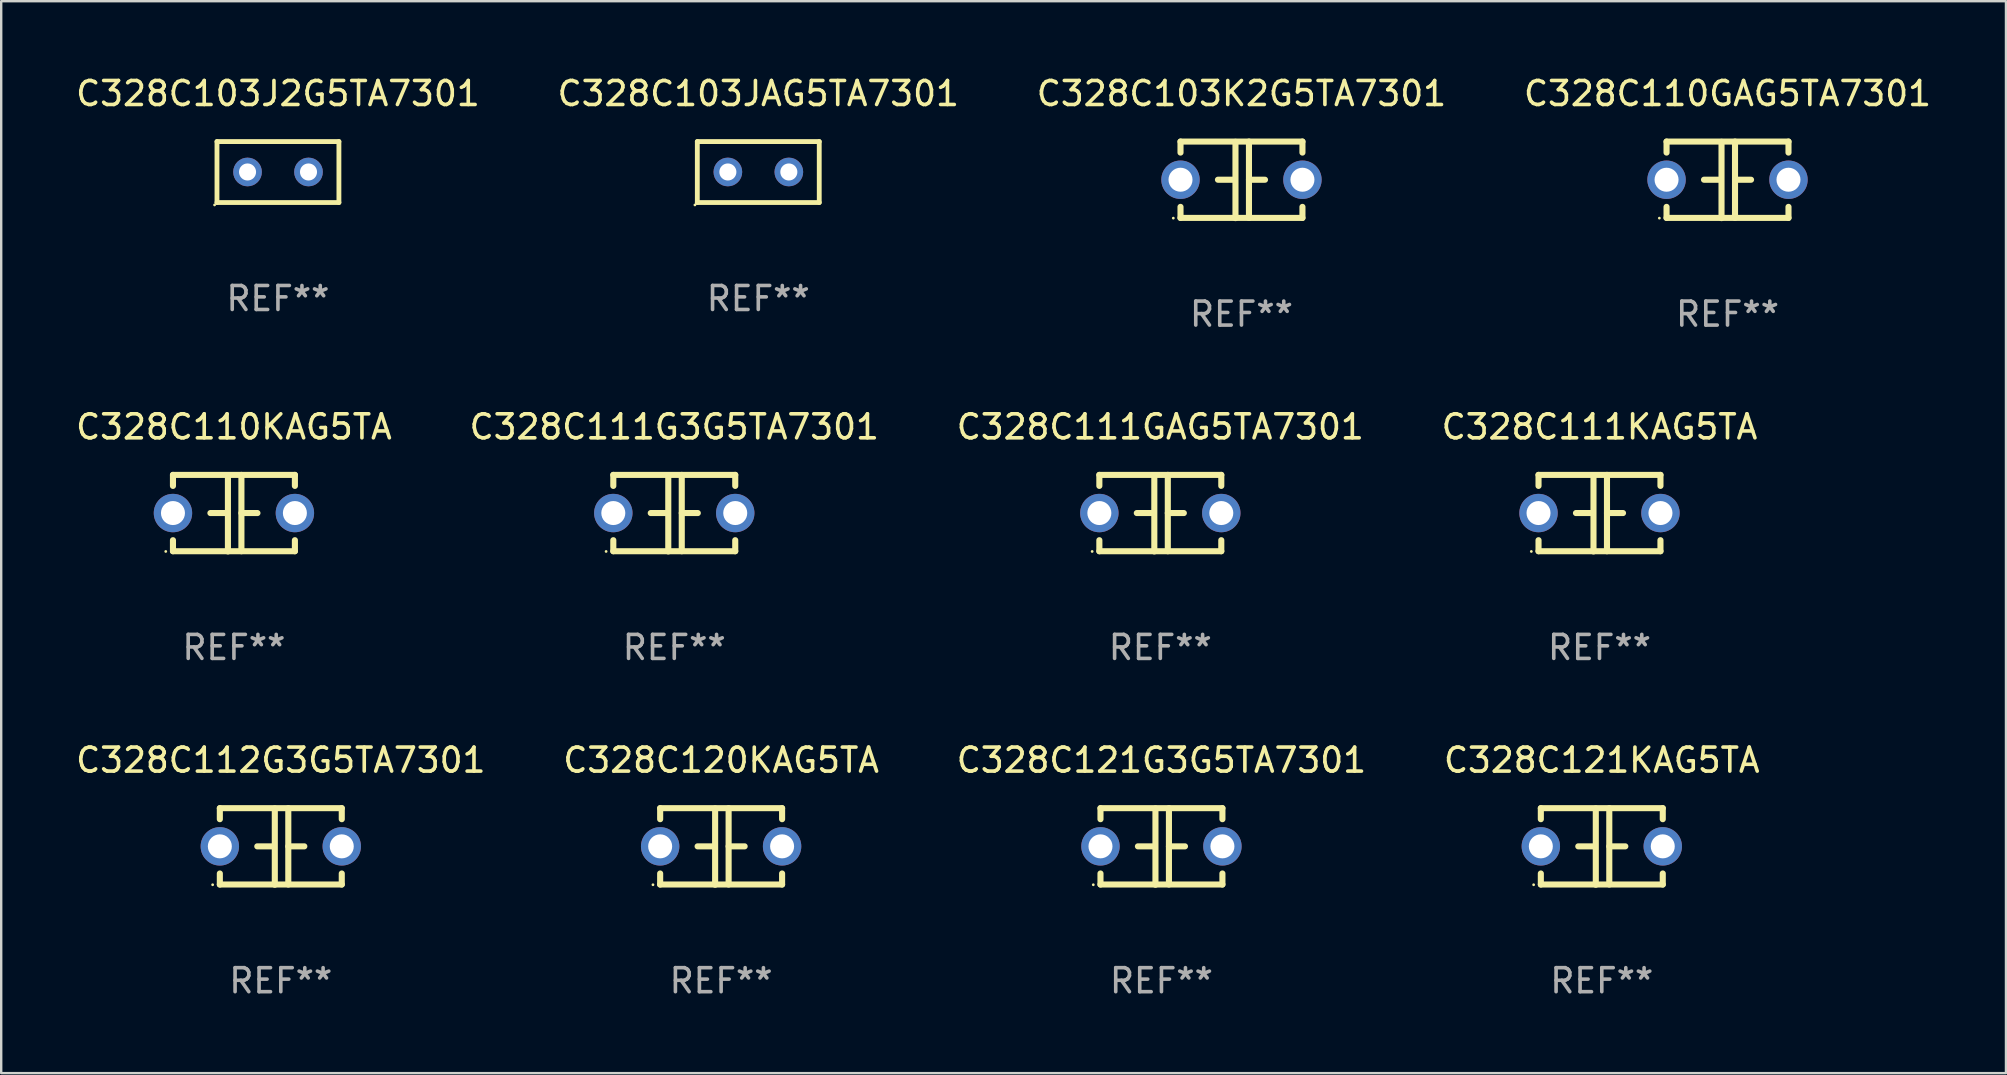
<source format=kicad_pcb>
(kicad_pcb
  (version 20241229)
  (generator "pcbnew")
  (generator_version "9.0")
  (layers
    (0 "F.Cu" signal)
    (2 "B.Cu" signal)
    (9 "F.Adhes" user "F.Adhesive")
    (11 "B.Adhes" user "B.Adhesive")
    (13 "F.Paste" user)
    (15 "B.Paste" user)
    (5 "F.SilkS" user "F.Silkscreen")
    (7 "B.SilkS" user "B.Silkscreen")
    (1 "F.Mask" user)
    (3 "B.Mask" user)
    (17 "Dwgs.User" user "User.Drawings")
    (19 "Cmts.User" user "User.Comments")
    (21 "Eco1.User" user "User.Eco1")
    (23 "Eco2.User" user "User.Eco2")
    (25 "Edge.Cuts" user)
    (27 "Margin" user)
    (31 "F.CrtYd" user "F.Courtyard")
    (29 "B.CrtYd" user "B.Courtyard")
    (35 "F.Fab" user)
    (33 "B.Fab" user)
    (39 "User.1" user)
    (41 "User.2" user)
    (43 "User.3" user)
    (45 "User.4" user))
  (footprint "C328C121KAG5TA"
    (layer "F.Cu")
    (at 63.685 32.216)
    (property "Reference" "C328C121KAG5TA" (at 0 -3.595 0) (layer "F.SilkS") (effects (font (size 1 1) (thickness 0.15))))
    (attr through_hole)
    (fp_line (start -2.54 -1.595) (end -2.54 -1.136) (stroke (width 0.254) (type solid)) (layer "F.SilkS"))
    (fp_line (start -2.54 -1.595) (end 2.54 -1.595) (stroke (width 0.254) (type solid)) (layer "F.SilkS"))
    (fp_line (start -2.54 1.126) (end -2.54 1.585) (stroke (width 0.254) (type solid)) (layer "F.SilkS"))
    (fp_line (start -0.312 -0.005) (end -0.98 -0.005) (stroke (width 0.254) (type solid)) (layer "F.SilkS"))
    (fp_line (start -0.25 -1.585) (end -0.25 1.595) (stroke (width 0.254) (type solid)) (layer "F.SilkS"))
    (fp_line (start 0.312 -1.595) (end 0.312 1.585) (stroke (width 0.254) (type solid)) (layer "F.SilkS"))
    (fp_line (start 0.312 -0.005) (end 0.98 -0.005) (stroke (width 0.254) (type solid)) (layer "F.SilkS"))
    (fp_line (start 2.54 -1.595) (end 2.54 -1.136) (stroke (width 0.254) (type solid)) (layer "F.SilkS"))
    (fp_line (start 2.54 1.126) (end 2.54 1.585) (stroke (width 0.254) (type solid)) (layer "F.SilkS"))
    (fp_line (start 2.54 1.585) (end -2.54 1.585) (stroke (width 0.254) (type solid)) (layer "F.SilkS"))
    (fp_circle (center -2.84 1.595) (end -2.81 1.595) (stroke (width 0.06) (type solid)) (fill no) (layer "F.SilkS"))
    (fp_text user "REF**" (at 0 5.595 0) (layer "F.Fab") (effects (font (size 1 1) (thickness 0.15))))
    (pad "1" thru_hole circle (at -2.54 -0.005) (size 1.6 1.6) (drill 1) (layers "*.Cu" "*.Mask"))
    (pad "2" thru_hole circle (at 2.54 -0.005) (size 1.6 1.6) (drill 1) (layers "*.Cu" "*.Mask")))
  (footprint "C328C103JAG5TA7301"
    (layer "F.Cu")
    (at 28.542 4.118)
    (property "Reference" "C328C103JAG5TA7301" (at 0 -3.27 0) (layer "F.SilkS") (effects (font (size 1 1) (thickness 0.15))))
    (attr through_hole)
    (fp_line (start -2.54 -1.27) (end -2.54 1.27) (stroke (width 0.201) (type solid)) (layer "F.SilkS"))
    (fp_line (start -2.54 1.27) (end 2.54 1.27) (stroke (width 0.201) (type solid)) (layer "F.SilkS"))
    (fp_line (start 2.54 -1.27) (end -2.54 -1.27) (stroke (width 0.201) (type solid)) (layer "F.SilkS"))
    (fp_line (start 2.54 1.27) (end 2.54 -1.27) (stroke (width 0.201) (type solid)) (layer "F.SilkS"))
    (fp_circle (center -2.64 1.37) (end -2.61 1.37) (stroke (width 0.06) (type solid)) (fill no) (layer "F.SilkS"))
    (fp_text user "REF**" (at 0 5.27 0) (layer "F.Fab") (effects (font (size 1 1) (thickness 0.15))))
    (pad "1" thru_hole circle (at -1.267 -0.003) (size 1.194 1.194) (drill 0.711) (layers "*.Cu" "*.Mask"))
    (pad "2" thru_hole circle (at 1.273 -0.003) (size 1.194 1.194) (drill 0.711) (layers "*.Cu" "*.Mask")))
  (footprint "C328C110GAG5TA7301"
    (layer "F.Cu")
    (at 68.923 4.443)
    (property "Reference" "C328C110GAG5TA7301" (at 0 -3.595 0) (layer "F.SilkS") (effects (font (size 1 1) (thickness 0.15))))
    (attr through_hole)
    (fp_line (start -2.54 -1.595) (end -2.54 -1.136) (stroke (width 0.254) (type solid)) (layer "F.SilkS"))
    (fp_line (start -2.54 -1.595) (end 2.54 -1.595) (stroke (width 0.254) (type solid)) (layer "F.SilkS"))
    (fp_line (start -2.54 1.126) (end -2.54 1.585) (stroke (width 0.254) (type solid)) (layer "F.SilkS"))
    (fp_line (start -0.312 -0.005) (end -0.98 -0.005) (stroke (width 0.254) (type solid)) (layer "F.SilkS"))
    (fp_line (start -0.25 -1.585) (end -0.25 1.595) (stroke (width 0.254) (type solid)) (layer "F.SilkS"))
    (fp_line (start 0.312 -1.595) (end 0.312 1.585) (stroke (width 0.254) (type solid)) (layer "F.SilkS"))
    (fp_line (start 0.312 -0.005) (end 0.98 -0.005) (stroke (width 0.254) (type solid)) (layer "F.SilkS"))
    (fp_line (start 2.54 -1.595) (end 2.54 -1.136) (stroke (width 0.254) (type solid)) (layer "F.SilkS"))
    (fp_line (start 2.54 1.126) (end 2.54 1.585) (stroke (width 0.254) (type solid)) (layer "F.SilkS"))
    (fp_line (start 2.54 1.585) (end -2.54 1.585) (stroke (width 0.254) (type solid)) (layer "F.SilkS"))
    (fp_circle (center -2.84 1.595) (end -2.81 1.595) (stroke (width 0.06) (type solid)) (fill no) (layer "F.SilkS"))
    (fp_text user "REF**" (at 0 5.595 0) (layer "F.Fab") (effects (font (size 1 1) (thickness 0.15))))
    (pad "1" thru_hole circle (at -2.54 -0.005) (size 1.6 1.6) (drill 1) (layers "*.Cu" "*.Mask"))
    (pad "2" thru_hole circle (at 2.54 -0.005) (size 1.6 1.6) (drill 1) (layers "*.Cu" "*.Mask")))
  (footprint "C328C120KAG5TA"
    (layer "F.Cu")
    (at 26.994 32.216)
    (property "Reference" "C328C120KAG5TA" (at 0 -3.595 0) (layer "F.SilkS") (effects (font (size 1 1) (thickness 0.15))))
    (attr through_hole)
    (fp_line (start -2.54 -1.595) (end -2.54 -1.136) (stroke (width 0.254) (type solid)) (layer "F.SilkS"))
    (fp_line (start -2.54 -1.595) (end 2.54 -1.595) (stroke (width 0.254) (type solid)) (layer "F.SilkS"))
    (fp_line (start -2.54 1.126) (end -2.54 1.585) (stroke (width 0.254) (type solid)) (layer "F.SilkS"))
    (fp_line (start -0.312 -0.005) (end -0.98 -0.005) (stroke (width 0.254) (type solid)) (layer "F.SilkS"))
    (fp_line (start -0.25 -1.585) (end -0.25 1.595) (stroke (width 0.254) (type solid)) (layer "F.SilkS"))
    (fp_line (start 0.312 -1.595) (end 0.312 1.585) (stroke (width 0.254) (type solid)) (layer "F.SilkS"))
    (fp_line (start 0.312 -0.005) (end 0.98 -0.005) (stroke (width 0.254) (type solid)) (layer "F.SilkS"))
    (fp_line (start 2.54 -1.595) (end 2.54 -1.136) (stroke (width 0.254) (type solid)) (layer "F.SilkS"))
    (fp_line (start 2.54 1.126) (end 2.54 1.585) (stroke (width 0.254) (type solid)) (layer "F.SilkS"))
    (fp_line (start 2.54 1.585) (end -2.54 1.585) (stroke (width 0.254) (type solid)) (layer "F.SilkS"))
    (fp_circle (center -2.84 1.595) (end -2.81 1.595) (stroke (width 0.06) (type solid)) (fill no) (layer "F.SilkS"))
    (fp_text user "REF**" (at 0 5.595 0) (layer "F.Fab") (effects (font (size 1 1) (thickness 0.15))))
    (pad "1" thru_hole circle (at -2.54 -0.005) (size 1.6 1.6) (drill 1) (layers "*.Cu" "*.Mask"))
    (pad "2" thru_hole circle (at 2.54 -0.005) (size 1.6 1.6) (drill 1) (layers "*.Cu" "*.Mask")))
  (footprint "C328C112G3G5TA7301"
    (layer "F.Cu")
    (at 8.649 32.216)
    (property "Reference" "C328C112G3G5TA7301" (at 0 -3.595 0) (layer "F.SilkS") (effects (font (size 1 1) (thickness 0.15))))
    (attr through_hole)
    (fp_line (start -2.54 -1.595) (end -2.54 -1.136) (stroke (width 0.254) (type solid)) (layer "F.SilkS"))
    (fp_line (start -2.54 -1.595) (end 2.54 -1.595) (stroke (width 0.254) (type solid)) (layer "F.SilkS"))
    (fp_line (start -2.54 1.126) (end -2.54 1.585) (stroke (width 0.254) (type solid)) (layer "F.SilkS"))
    (fp_line (start -0.312 -0.005) (end -0.98 -0.005) (stroke (width 0.254) (type solid)) (layer "F.SilkS"))
    (fp_line (start -0.25 -1.585) (end -0.25 1.595) (stroke (width 0.254) (type solid)) (layer "F.SilkS"))
    (fp_line (start 0.312 -1.595) (end 0.312 1.585) (stroke (width 0.254) (type solid)) (layer "F.SilkS"))
    (fp_line (start 0.312 -0.005) (end 0.98 -0.005) (stroke (width 0.254) (type solid)) (layer "F.SilkS"))
    (fp_line (start 2.54 -1.595) (end 2.54 -1.136) (stroke (width 0.254) (type solid)) (layer "F.SilkS"))
    (fp_line (start 2.54 1.126) (end 2.54 1.585) (stroke (width 0.254) (type solid)) (layer "F.SilkS"))
    (fp_line (start 2.54 1.585) (end -2.54 1.585) (stroke (width 0.254) (type solid)) (layer "F.SilkS"))
    (fp_circle (center -2.84 1.595) (end -2.81 1.595) (stroke (width 0.06) (type solid)) (fill no) (layer "F.SilkS"))
    (fp_text user "REF**" (at 0 5.595 0) (layer "F.Fab") (effects (font (size 1 1) (thickness 0.15))))
    (pad "1" thru_hole circle (at -2.54 -0.005) (size 1.6 1.6) (drill 1) (layers "*.Cu" "*.Mask"))
    (pad "2" thru_hole circle (at 2.54 -0.005) (size 1.6 1.6) (drill 1) (layers "*.Cu" "*.Mask")))
  (footprint "C328C103J2G5TA7301"
    (layer "F.Cu")
    (at 8.53 4.118)
    (property "Reference" "C328C103J2G5TA7301" (at 0 -3.27 0) (layer "F.SilkS") (effects (font (size 1 1) (thickness 0.15))))
    (attr through_hole)
    (fp_line (start -2.54 -1.27) (end -2.54 1.27) (stroke (width 0.201) (type solid)) (layer "F.SilkS"))
    (fp_line (start -2.54 1.27) (end 2.54 1.27) (stroke (width 0.201) (type solid)) (layer "F.SilkS"))
    (fp_line (start 2.54 -1.27) (end -2.54 -1.27) (stroke (width 0.201) (type solid)) (layer "F.SilkS"))
    (fp_line (start 2.54 1.27) (end 2.54 -1.27) (stroke (width 0.201) (type solid)) (layer "F.SilkS"))
    (fp_circle (center -2.64 1.37) (end -2.61 1.37) (stroke (width 0.06) (type solid)) (fill no) (layer "F.SilkS"))
    (fp_text user "REF**" (at 0 5.27 0) (layer "F.Fab") (effects (font (size 1 1) (thickness 0.15))))
    (pad "1" thru_hole circle (at -1.267 -0.003) (size 1.194 1.194) (drill 0.711) (layers "*.Cu" "*.Mask"))
    (pad "2" thru_hole circle (at 1.273 -0.003) (size 1.194 1.194) (drill 0.711) (layers "*.Cu" "*.Mask")))
  (footprint "C328C103K2G5TA7301"
    (layer "F.Cu")
    (at 48.673 4.443)
    (property "Reference" "C328C103K2G5TA7301" (at 0 -3.595 0) (layer "F.SilkS") (effects (font (size 1 1) (thickness 0.15))))
    (attr through_hole)
    (fp_line (start -2.54 -1.595) (end -2.54 -1.136) (stroke (width 0.254) (type solid)) (layer "F.SilkS"))
    (fp_line (start -2.54 -1.595) (end 2.54 -1.595) (stroke (width 0.254) (type solid)) (layer "F.SilkS"))
    (fp_line (start -2.54 1.126) (end -2.54 1.585) (stroke (width 0.254) (type solid)) (layer "F.SilkS"))
    (fp_line (start -0.312 -0.005) (end -0.98 -0.005) (stroke (width 0.254) (type solid)) (layer "F.SilkS"))
    (fp_line (start -0.25 -1.585) (end -0.25 1.595) (stroke (width 0.254) (type solid)) (layer "F.SilkS"))
    (fp_line (start 0.312 -1.595) (end 0.312 1.585) (stroke (width 0.254) (type solid)) (layer "F.SilkS"))
    (fp_line (start 0.312 -0.005) (end 0.98 -0.005) (stroke (width 0.254) (type solid)) (layer "F.SilkS"))
    (fp_line (start 2.54 -1.595) (end 2.54 -1.136) (stroke (width 0.254) (type solid)) (layer "F.SilkS"))
    (fp_line (start 2.54 1.126) (end 2.54 1.585) (stroke (width 0.254) (type solid)) (layer "F.SilkS"))
    (fp_line (start 2.54 1.585) (end -2.54 1.585) (stroke (width 0.254) (type solid)) (layer "F.SilkS"))
    (fp_circle (center -2.84 1.595) (end -2.81 1.595) (stroke (width 0.06) (type solid)) (fill no) (layer "F.SilkS"))
    (fp_text user "REF**" (at 0 5.595 0) (layer "F.Fab") (effects (font (size 1 1) (thickness 0.15))))
    (pad "1" thru_hole circle (at -2.54 -0.005) (size 1.6 1.6) (drill 1) (layers "*.Cu" "*.Mask"))
    (pad "2" thru_hole circle (at 2.54 -0.005) (size 1.6 1.6) (drill 1) (layers "*.Cu" "*.Mask")))
  (footprint "C328C111G3G5TA7301"
    (layer "F.Cu")
    (at 25.042 18.33)
    (property "Reference" "C328C111G3G5TA7301" (at 0 -3.595 0) (layer "F.SilkS") (effects (font (size 1 1) (thickness 0.15))))
    (attr through_hole)
    (fp_line (start -2.54 -1.595) (end -2.54 -1.136) (stroke (width 0.254) (type solid)) (layer "F.SilkS"))
    (fp_line (start -2.54 -1.595) (end 2.54 -1.595) (stroke (width 0.254) (type solid)) (layer "F.SilkS"))
    (fp_line (start -2.54 1.126) (end -2.54 1.585) (stroke (width 0.254) (type solid)) (layer "F.SilkS"))
    (fp_line (start -0.312 -0.005) (end -0.98 -0.005) (stroke (width 0.254) (type solid)) (layer "F.SilkS"))
    (fp_line (start -0.25 -1.585) (end -0.25 1.595) (stroke (width 0.254) (type solid)) (layer "F.SilkS"))
    (fp_line (start 0.312 -1.595) (end 0.312 1.585) (stroke (width 0.254) (type solid)) (layer "F.SilkS"))
    (fp_line (start 0.312 -0.005) (end 0.98 -0.005) (stroke (width 0.254) (type solid)) (layer "F.SilkS"))
    (fp_line (start 2.54 -1.595) (end 2.54 -1.136) (stroke (width 0.254) (type solid)) (layer "F.SilkS"))
    (fp_line (start 2.54 1.126) (end 2.54 1.585) (stroke (width 0.254) (type solid)) (layer "F.SilkS"))
    (fp_line (start 2.54 1.585) (end -2.54 1.585) (stroke (width 0.254) (type solid)) (layer "F.SilkS"))
    (fp_circle (center -2.84 1.595) (end -2.81 1.595) (stroke (width 0.06) (type solid)) (fill no) (layer "F.SilkS"))
    (fp_text user "REF**" (at 0 5.595 0) (layer "F.Fab") (effects (font (size 1 1) (thickness 0.15))))
    (pad "1" thru_hole circle (at -2.54 -0.005) (size 1.6 1.6) (drill 1) (layers "*.Cu" "*.Mask"))
    (pad "2" thru_hole circle (at 2.54 -0.005) (size 1.6 1.6) (drill 1) (layers "*.Cu" "*.Mask")))
  (footprint "C328C111KAG5TA"
    (layer "F.Cu")
    (at 63.589 18.33)
    (property "Reference" "C328C111KAG5TA" (at 0 -3.595 0) (layer "F.SilkS") (effects (font (size 1 1) (thickness 0.15))))
    (attr through_hole)
    (fp_line (start -2.54 -1.595) (end -2.54 -1.136) (stroke (width 0.254) (type solid)) (layer "F.SilkS"))
    (fp_line (start -2.54 -1.595) (end 2.54 -1.595) (stroke (width 0.254) (type solid)) (layer "F.SilkS"))
    (fp_line (start -2.54 1.126) (end -2.54 1.585) (stroke (width 0.254) (type solid)) (layer "F.SilkS"))
    (fp_line (start -0.312 -0.005) (end -0.98 -0.005) (stroke (width 0.254) (type solid)) (layer "F.SilkS"))
    (fp_line (start -0.25 -1.585) (end -0.25 1.595) (stroke (width 0.254) (type solid)) (layer "F.SilkS"))
    (fp_line (start 0.312 -1.595) (end 0.312 1.585) (stroke (width 0.254) (type solid)) (layer "F.SilkS"))
    (fp_line (start 0.312 -0.005) (end 0.98 -0.005) (stroke (width 0.254) (type solid)) (layer "F.SilkS"))
    (fp_line (start 2.54 -1.595) (end 2.54 -1.136) (stroke (width 0.254) (type solid)) (layer "F.SilkS"))
    (fp_line (start 2.54 1.126) (end 2.54 1.585) (stroke (width 0.254) (type solid)) (layer "F.SilkS"))
    (fp_line (start 2.54 1.585) (end -2.54 1.585) (stroke (width 0.254) (type solid)) (layer "F.SilkS"))
    (fp_circle (center -2.84 1.595) (end -2.81 1.595) (stroke (width 0.06) (type solid)) (fill no) (layer "F.SilkS"))
    (fp_text user "REF**" (at 0 5.595 0) (layer "F.Fab") (effects (font (size 1 1) (thickness 0.15))))
    (pad "1" thru_hole circle (at -2.54 -0.005) (size 1.6 1.6) (drill 1) (layers "*.Cu" "*.Mask"))
    (pad "2" thru_hole circle (at 2.54 -0.005) (size 1.6 1.6) (drill 1) (layers "*.Cu" "*.Mask")))
  (footprint "C328C110KAG5TA"
    (layer "F.Cu")
    (at 6.696 18.33)
    (property "Reference" "C328C110KAG5TA" (at 0 -3.595 0) (layer "F.SilkS") (effects (font (size 1 1) (thickness 0.15))))
    (attr through_hole)
    (fp_line (start -2.54 -1.595) (end -2.54 -1.136) (stroke (width 0.254) (type solid)) (layer "F.SilkS"))
    (fp_line (start -2.54 -1.595) (end 2.54 -1.595) (stroke (width 0.254) (type solid)) (layer "F.SilkS"))
    (fp_line (start -2.54 1.126) (end -2.54 1.585) (stroke (width 0.254) (type solid)) (layer "F.SilkS"))
    (fp_line (start -0.312 -0.005) (end -0.98 -0.005) (stroke (width 0.254) (type solid)) (layer "F.SilkS"))
    (fp_line (start -0.25 -1.585) (end -0.25 1.595) (stroke (width 0.254) (type solid)) (layer "F.SilkS"))
    (fp_line (start 0.312 -1.595) (end 0.312 1.585) (stroke (width 0.254) (type solid)) (layer "F.SilkS"))
    (fp_line (start 0.312 -0.005) (end 0.98 -0.005) (stroke (width 0.254) (type solid)) (layer "F.SilkS"))
    (fp_line (start 2.54 -1.595) (end 2.54 -1.136) (stroke (width 0.254) (type solid)) (layer "F.SilkS"))
    (fp_line (start 2.54 1.126) (end 2.54 1.585) (stroke (width 0.254) (type solid)) (layer "F.SilkS"))
    (fp_line (start 2.54 1.585) (end -2.54 1.585) (stroke (width 0.254) (type solid)) (layer "F.SilkS"))
    (fp_circle (center -2.84 1.595) (end -2.81 1.595) (stroke (width 0.06) (type solid)) (fill no) (layer "F.SilkS"))
    (fp_text user "REF**" (at 0 5.595 0) (layer "F.Fab") (effects (font (size 1 1) (thickness 0.15))))
    (pad "1" thru_hole circle (at -2.54 -0.005) (size 1.6 1.6) (drill 1) (layers "*.Cu" "*.Mask"))
    (pad "2" thru_hole circle (at 2.54 -0.005) (size 1.6 1.6) (drill 1) (layers "*.Cu" "*.Mask")))
  (footprint "C328C121G3G5TA7301"
    (layer "F.Cu")
    (at 45.339 32.216)
    (property "Reference" "C328C121G3G5TA7301" (at 0 -3.595 0) (layer "F.SilkS") (effects (font (size 1 1) (thickness 0.15))))
    (attr through_hole)
    (fp_line (start -2.54 -1.595) (end -2.54 -1.136) (stroke (width 0.254) (type solid)) (layer "F.SilkS"))
    (fp_line (start -2.54 -1.595) (end 2.54 -1.595) (stroke (width 0.254) (type solid)) (layer "F.SilkS"))
    (fp_line (start -2.54 1.126) (end -2.54 1.585) (stroke (width 0.254) (type solid)) (layer "F.SilkS"))
    (fp_line (start -0.312 -0.005) (end -0.98 -0.005) (stroke (width 0.254) (type solid)) (layer "F.SilkS"))
    (fp_line (start -0.25 -1.585) (end -0.25 1.595) (stroke (width 0.254) (type solid)) (layer "F.SilkS"))
    (fp_line (start 0.312 -1.595) (end 0.312 1.585) (stroke (width 0.254) (type solid)) (layer "F.SilkS"))
    (fp_line (start 0.312 -0.005) (end 0.98 -0.005) (stroke (width 0.254) (type solid)) (layer "F.SilkS"))
    (fp_line (start 2.54 -1.595) (end 2.54 -1.136) (stroke (width 0.254) (type solid)) (layer "F.SilkS"))
    (fp_line (start 2.54 1.126) (end 2.54 1.585) (stroke (width 0.254) (type solid)) (layer "F.SilkS"))
    (fp_line (start 2.54 1.585) (end -2.54 1.585) (stroke (width 0.254) (type solid)) (layer "F.SilkS"))
    (fp_circle (center -2.84 1.595) (end -2.81 1.595) (stroke (width 0.06) (type solid)) (fill no) (layer "F.SilkS"))
    (fp_text user "REF**" (at 0 5.595 0) (layer "F.Fab") (effects (font (size 1 1) (thickness 0.15))))
    (pad "1" thru_hole circle (at -2.54 -0.005) (size 1.6 1.6) (drill 1) (layers "*.Cu" "*.Mask"))
    (pad "2" thru_hole circle (at 2.54 -0.005) (size 1.6 1.6) (drill 1) (layers "*.Cu" "*.Mask")))
  (footprint "C328C111GAG5TA7301"
    (layer "F.Cu")
    (at 45.292 18.33)
    (property "Reference" "C328C111GAG5TA7301" (at 0 -3.595 0) (layer "F.SilkS") (effects (font (size 1 1) (thickness 0.15))))
    (attr through_hole)
    (fp_line (start -2.54 -1.595) (end -2.54 -1.136) (stroke (width 0.254) (type solid)) (layer "F.SilkS"))
    (fp_line (start -2.54 -1.595) (end 2.54 -1.595) (stroke (width 0.254) (type solid)) (layer "F.SilkS"))
    (fp_line (start -2.54 1.126) (end -2.54 1.585) (stroke (width 0.254) (type solid)) (layer "F.SilkS"))
    (fp_line (start -0.312 -0.005) (end -0.98 -0.005) (stroke (width 0.254) (type solid)) (layer "F.SilkS"))
    (fp_line (start -0.25 -1.585) (end -0.25 1.595) (stroke (width 0.254) (type solid)) (layer "F.SilkS"))
    (fp_line (start 0.312 -1.595) (end 0.312 1.585) (stroke (width 0.254) (type solid)) (layer "F.SilkS"))
    (fp_line (start 0.312 -0.005) (end 0.98 -0.005) (stroke (width 0.254) (type solid)) (layer "F.SilkS"))
    (fp_line (start 2.54 -1.595) (end 2.54 -1.136) (stroke (width 0.254) (type solid)) (layer "F.SilkS"))
    (fp_line (start 2.54 1.126) (end 2.54 1.585) (stroke (width 0.254) (type solid)) (layer "F.SilkS"))
    (fp_line (start 2.54 1.585) (end -2.54 1.585) (stroke (width 0.254) (type solid)) (layer "F.SilkS"))
    (fp_circle (center -2.84 1.595) (end -2.81 1.595) (stroke (width 0.06) (type solid)) (fill no) (layer "F.SilkS"))
    (fp_text user "REF**" (at 0 5.595 0) (layer "F.Fab") (effects (font (size 1 1) (thickness 0.15))))
    (pad "1" thru_hole circle (at -2.54 -0.005) (size 1.6 1.6) (drill 1) (layers "*.Cu" "*.Mask"))
    (pad "2" thru_hole circle (at 2.54 -0.005) (size 1.6 1.6) (drill 1) (layers "*.Cu" "*.Mask")))
  (gr_rect
    (start -3 -3)
    (end 80.524 41.659)
    (stroke (width 0.1) (type default))
    (fill no)
    (layer "Edge.Cuts")))
</source>
